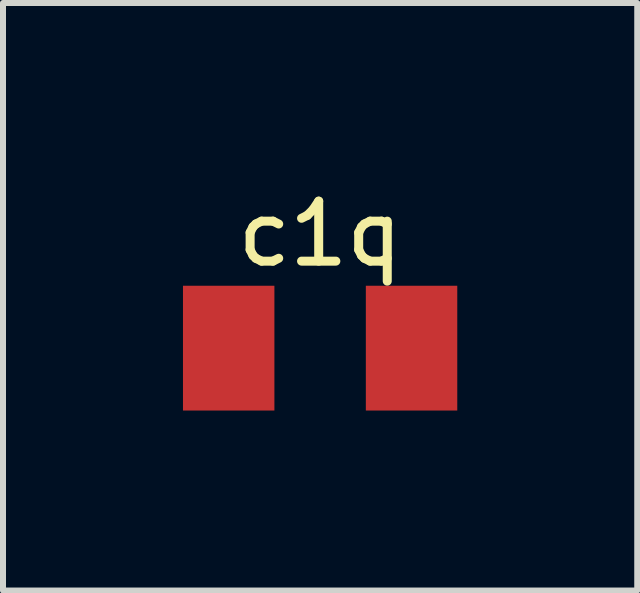
<source format=kicad_pcb>
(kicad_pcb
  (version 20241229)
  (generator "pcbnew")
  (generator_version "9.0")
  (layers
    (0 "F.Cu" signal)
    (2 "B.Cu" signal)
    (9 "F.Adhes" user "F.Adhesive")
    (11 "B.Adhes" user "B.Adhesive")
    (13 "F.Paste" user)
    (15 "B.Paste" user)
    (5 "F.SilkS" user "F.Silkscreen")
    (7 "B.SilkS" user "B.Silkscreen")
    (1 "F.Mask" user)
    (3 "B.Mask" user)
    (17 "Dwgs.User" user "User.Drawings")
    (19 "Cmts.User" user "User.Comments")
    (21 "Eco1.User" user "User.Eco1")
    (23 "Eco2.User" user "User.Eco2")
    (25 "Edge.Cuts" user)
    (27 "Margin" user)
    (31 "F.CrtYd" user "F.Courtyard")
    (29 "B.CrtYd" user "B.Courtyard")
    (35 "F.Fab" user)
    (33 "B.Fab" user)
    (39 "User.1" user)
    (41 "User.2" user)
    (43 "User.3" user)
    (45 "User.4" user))
  (footprint "c1q"
    (layer "F.Cu")
    (at 2.286 2.753)
    (property "Reference" "c1q" (at 0 -1.905 0) (layer "F.SilkS") (effects (font (size 1 1) (thickness 0.15))))
    (attr through_hole)
    (pad "1" smd rect (at -1.524 0) (size 1.524 2.08) (layers "F.Cu" "F.Mask" "F.Paste"))
    (pad "2" smd rect (at 1.524 0) (size 1.524 2.08) (layers "F.Cu" "F.Mask" "F.Paste")))
  (gr_rect
    (start -3 -3)
    (end 7.572 6.793)
    (stroke (width 0.1) (type default))
    (fill no)
    (layer "Edge.Cuts")))
</source>
